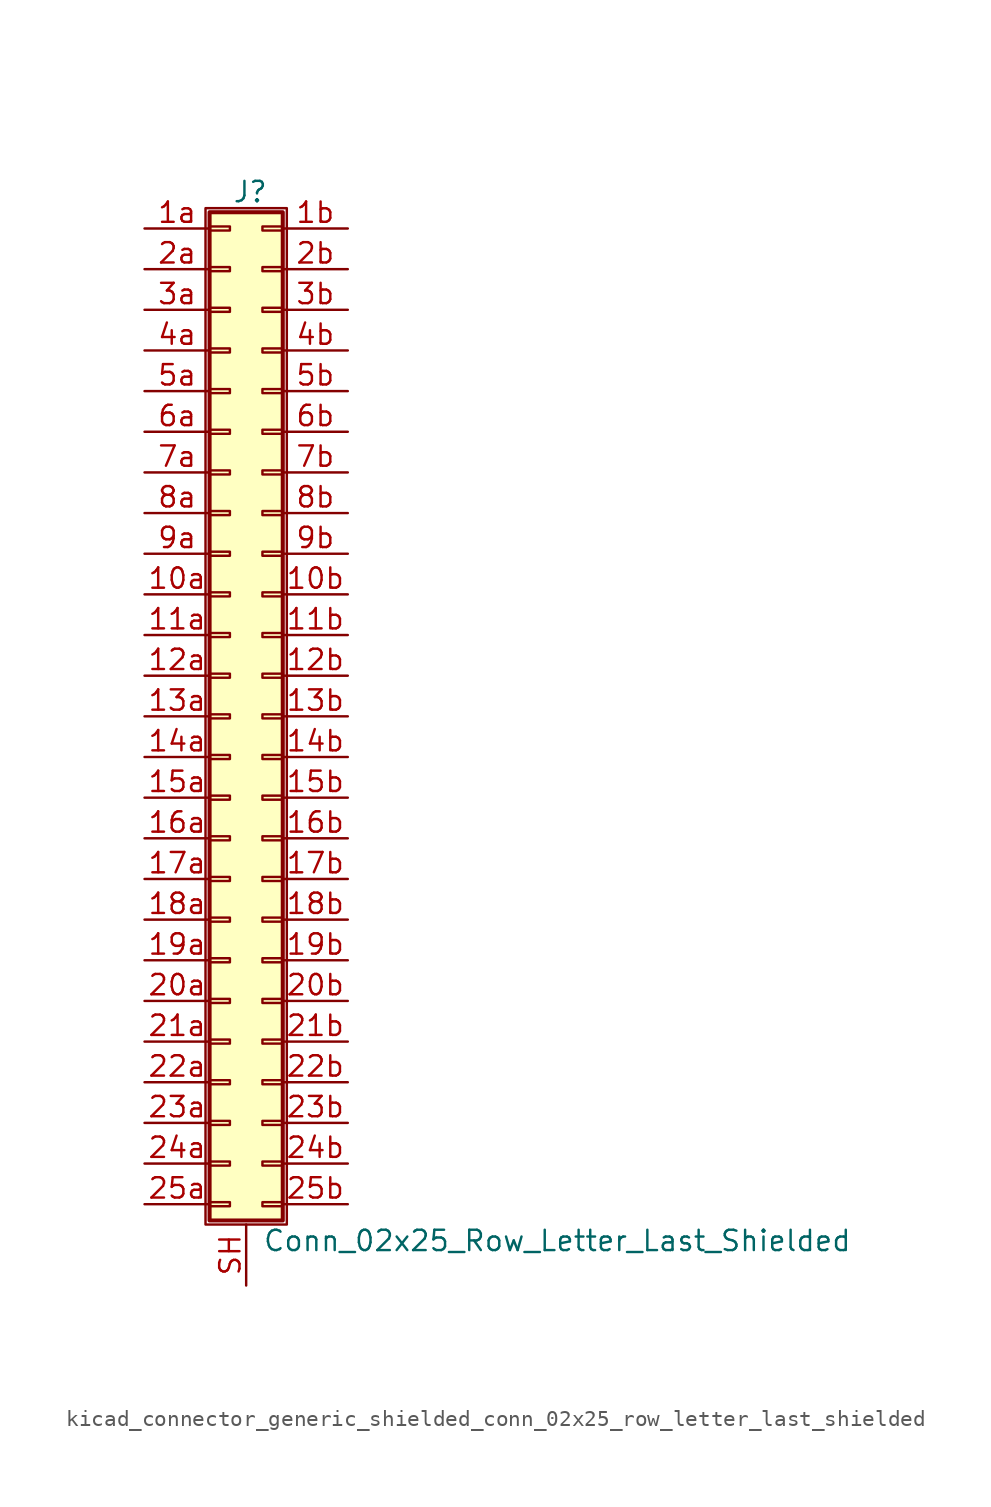
<source format=kicad_sym>
(kicad_symbol_lib
  (version 20220914)
  (generator kicad_symbol_editor)
  (symbol "kicad_connector_generic_shielded_conn_02x25_row_letter_last_shielded"
    (pin_names
      (offset 1.016) hide)
    (property "Reference" "J"
      (at 1.524 32.766 0)
      (effects (font (size 1.27 1.27))))
    (property "Value" "Conn_02x25_Row_Letter_Last_Shielded"
      (at 2.286 -32.766 0)
      (effects (font (size 1.27 1.27)) (justify left)))
    (symbol "kicad_connector_generic_shielded_conn_02x25_row_letter_last_shielded_1_1"
      (rectangle (start -1.27 31.75) (end 3.81 -31.75) (stroke (width 0.152) (type default)) (fill (type none)))
      (rectangle (start -1.016 -30.353) (end 0.254 -30.607) (stroke (width 0.152) (type default)) (fill (type none)))
      (rectangle (start -1.016 -27.813) (end 0.254 -28.067) (stroke (width 0.152) (type default)) (fill (type none)))
      (rectangle (start -1.016 -25.273) (end 0.254 -25.527) (stroke (width 0.152) (type default)) (fill (type none)))
      (rectangle (start -1.016 -22.733) (end 0.254 -22.987) (stroke (width 0.152) (type default)) (fill (type none)))
      (rectangle (start -1.016 -20.193) (end 0.254 -20.447) (stroke (width 0.152) (type default)) (fill (type none)))
      (rectangle (start -1.016 -17.653) (end 0.254 -17.907) (stroke (width 0.152) (type default)) (fill (type none)))
      (rectangle (start -1.016 -15.113) (end 0.254 -15.367) (stroke (width 0.152) (type default)) (fill (type none)))
      (rectangle (start -1.016 -12.573) (end 0.254 -12.827) (stroke (width 0.152) (type default)) (fill (type none)))
      (rectangle (start -1.016 -10.033) (end 0.254 -10.287) (stroke (width 0.152) (type default)) (fill (type none)))
      (rectangle (start -1.016 -7.493) (end 0.254 -7.747) (stroke (width 0.152) (type default)) (fill (type none)))
      (rectangle (start -1.016 -4.953) (end 0.254 -5.207) (stroke (width 0.152) (type default)) (fill (type none)))
      (rectangle (start -1.016 -2.413) (end 0.254 -2.667) (stroke (width 0.152) (type default)) (fill (type none)))
      (rectangle (start -1.016 0.127) (end 0.254 -0.127) (stroke (width 0.152) (type default)) (fill (type none)))
      (rectangle (start -1.016 2.667) (end 0.254 2.413) (stroke (width 0.152) (type default)) (fill (type none)))
      (rectangle (start -1.016 5.207) (end 0.254 4.953) (stroke (width 0.152) (type default)) (fill (type none)))
      (rectangle (start -1.016 7.747) (end 0.254 7.493) (stroke (width 0.152) (type default)) (fill (type none)))
      (rectangle (start -1.016 10.287) (end 0.254 10.033) (stroke (width 0.152) (type default)) (fill (type none)))
      (rectangle (start -1.016 12.827) (end 0.254 12.573) (stroke (width 0.152) (type default)) (fill (type none)))
      (rectangle (start -1.016 15.367) (end 0.254 15.113) (stroke (width 0.152) (type default)) (fill (type none)))
      (rectangle (start -1.016 17.907) (end 0.254 17.653) (stroke (width 0.152) (type default)) (fill (type none)))
      (rectangle (start -1.016 20.447) (end 0.254 20.193) (stroke (width 0.152) (type default)) (fill (type none)))
      (rectangle (start -1.016 22.987) (end 0.254 22.733) (stroke (width 0.152) (type default)) (fill (type none)))
      (rectangle (start -1.016 25.527) (end 0.254 25.273) (stroke (width 0.152) (type default)) (fill (type none)))
      (rectangle (start -1.016 28.067) (end 0.254 27.813) (stroke (width 0.152) (type default)) (fill (type none)))
      (rectangle (start -1.016 30.607) (end 0.254 30.353) (stroke (width 0.152) (type default)) (fill (type none)))
      (rectangle (start -1.016 31.496) (end 3.556 -31.496) (stroke (width 0.254) (type default)) (fill (type background)))
      (rectangle (start 3.556 -30.353) (end 2.286 -30.607) (stroke (width 0.152) (type default)) (fill (type none)))
      (rectangle (start 3.556 -27.813) (end 2.286 -28.067) (stroke (width 0.152) (type default)) (fill (type none)))
      (rectangle (start 3.556 -25.273) (end 2.286 -25.527) (stroke (width 0.152) (type default)) (fill (type none)))
      (rectangle (start 3.556 -22.733) (end 2.286 -22.987) (stroke (width 0.152) (type default)) (fill (type none)))
      (rectangle (start 3.556 -20.193) (end 2.286 -20.447) (stroke (width 0.152) (type default)) (fill (type none)))
      (rectangle (start 3.556 -17.653) (end 2.286 -17.907) (stroke (width 0.152) (type default)) (fill (type none)))
      (rectangle (start 3.556 -15.113) (end 2.286 -15.367) (stroke (width 0.152) (type default)) (fill (type none)))
      (rectangle (start 3.556 -12.573) (end 2.286 -12.827) (stroke (width 0.152) (type default)) (fill (type none)))
      (rectangle (start 3.556 -10.033) (end 2.286 -10.287) (stroke (width 0.152) (type default)) (fill (type none)))
      (rectangle (start 3.556 -7.493) (end 2.286 -7.747) (stroke (width 0.152) (type default)) (fill (type none)))
      (rectangle (start 3.556 -4.953) (end 2.286 -5.207) (stroke (width 0.152) (type default)) (fill (type none)))
      (rectangle (start 3.556 -2.413) (end 2.286 -2.667) (stroke (width 0.152) (type default)) (fill (type none)))
      (rectangle (start 3.556 0.127) (end 2.286 -0.127) (stroke (width 0.152) (type default)) (fill (type none)))
      (rectangle (start 3.556 2.667) (end 2.286 2.413) (stroke (width 0.152) (type default)) (fill (type none)))
      (rectangle (start 3.556 5.207) (end 2.286 4.953) (stroke (width 0.152) (type default)) (fill (type none)))
      (rectangle (start 3.556 7.747) (end 2.286 7.493) (stroke (width 0.152) (type default)) (fill (type none)))
      (rectangle (start 3.556 10.287) (end 2.286 10.033) (stroke (width 0.152) (type default)) (fill (type none)))
      (rectangle (start 3.556 12.827) (end 2.286 12.573) (stroke (width 0.152) (type default)) (fill (type none)))
      (rectangle (start 3.556 15.367) (end 2.286 15.113) (stroke (width 0.152) (type default)) (fill (type none)))
      (rectangle (start 3.556 17.907) (end 2.286 17.653) (stroke (width 0.152) (type default)) (fill (type none)))
      (rectangle (start 3.556 20.447) (end 2.286 20.193) (stroke (width 0.152) (type default)) (fill (type none)))
      (rectangle (start 3.556 22.987) (end 2.286 22.733) (stroke (width 0.152) (type default)) (fill (type none)))
      (rectangle (start 3.556 25.527) (end 2.286 25.273) (stroke (width 0.152) (type default)) (fill (type none)))
      (rectangle (start 3.556 28.067) (end 2.286 27.813) (stroke (width 0.152) (type default)) (fill (type none)))
      (rectangle (start 3.556 30.607) (end 2.286 30.353) (stroke (width 0.152) (type default)) (fill (type none)))
      (pin passive line (at -5.08 7.62 0) (length 4.064) (name "Pin_10a" (effects (font (size 1.27 1.27)))) (number "10a" (effects (font (size 1.27 1.27)))))
      (pin passive line (at 7.62 7.62 180) (length 4.064) (name "Pin_10b" (effects (font (size 1.27 1.27)))) (number "10b" (effects (font (size 1.27 1.27)))))
      (pin passive line (at -5.08 5.08 0) (length 4.064) (name "Pin_11a" (effects (font (size 1.27 1.27)))) (number "11a" (effects (font (size 1.27 1.27)))))
      (pin passive line (at 7.62 5.08 180) (length 4.064) (name "Pin_11b" (effects (font (size 1.27 1.27)))) (number "11b" (effects (font (size 1.27 1.27)))))
      (pin passive line (at -5.08 2.54 0) (length 4.064) (name "Pin_12a" (effects (font (size 1.27 1.27)))) (number "12a" (effects (font (size 1.27 1.27)))))
      (pin passive line (at 7.62 2.54 180) (length 4.064) (name "Pin_12b" (effects (font (size 1.27 1.27)))) (number "12b" (effects (font (size 1.27 1.27)))))
      (pin passive line (at -5.08 0 0) (length 4.064) (name "Pin_13a" (effects (font (size 1.27 1.27)))) (number "13a" (effects (font (size 1.27 1.27)))))
      (pin passive line (at 7.62 0 180) (length 4.064) (name "Pin_13b" (effects (font (size 1.27 1.27)))) (number "13b" (effects (font (size 1.27 1.27)))))
      (pin passive line (at -5.08 -2.54 0) (length 4.064) (name "Pin_14a" (effects (font (size 1.27 1.27)))) (number "14a" (effects (font (size 1.27 1.27)))))
      (pin passive line (at 7.62 -2.54 180) (length 4.064) (name "Pin_14b" (effects (font (size 1.27 1.27)))) (number "14b" (effects (font (size 1.27 1.27)))))
      (pin passive line (at -5.08 -5.08 0) (length 4.064) (name "Pin_15a" (effects (font (size 1.27 1.27)))) (number "15a" (effects (font (size 1.27 1.27)))))
      (pin passive line (at 7.62 -5.08 180) (length 4.064) (name "Pin_15b" (effects (font (size 1.27 1.27)))) (number "15b" (effects (font (size 1.27 1.27)))))
      (pin passive line (at -5.08 -7.62 0) (length 4.064) (name "Pin_16a" (effects (font (size 1.27 1.27)))) (number "16a" (effects (font (size 1.27 1.27)))))
      (pin passive line (at 7.62 -7.62 180) (length 4.064) (name "Pin_16b" (effects (font (size 1.27 1.27)))) (number "16b" (effects (font (size 1.27 1.27)))))
      (pin passive line (at -5.08 -10.16 0) (length 4.064) (name "Pin_17a" (effects (font (size 1.27 1.27)))) (number "17a" (effects (font (size 1.27 1.27)))))
      (pin passive line (at 7.62 -10.16 180) (length 4.064) (name "Pin_17b" (effects (font (size 1.27 1.27)))) (number "17b" (effects (font (size 1.27 1.27)))))
      (pin passive line (at -5.08 -12.7 0) (length 4.064) (name "Pin_18a" (effects (font (size 1.27 1.27)))) (number "18a" (effects (font (size 1.27 1.27)))))
      (pin passive line (at 7.62 -12.7 180) (length 4.064) (name "Pin_18b" (effects (font (size 1.27 1.27)))) (number "18b" (effects (font (size 1.27 1.27)))))
      (pin passive line (at -5.08 -15.24 0) (length 4.064) (name "Pin_19a" (effects (font (size 1.27 1.27)))) (number "19a" (effects (font (size 1.27 1.27)))))
      (pin passive line (at 7.62 -15.24 180) (length 4.064) (name "Pin_19b" (effects (font (size 1.27 1.27)))) (number "19b" (effects (font (size 1.27 1.27)))))
      (pin passive line (at -5.08 30.48 0) (length 4.064) (name "Pin_1a" (effects (font (size 1.27 1.27)))) (number "1a" (effects (font (size 1.27 1.27)))))
      (pin passive line (at 7.62 30.48 180) (length 4.064) (name "Pin_1b" (effects (font (size 1.27 1.27)))) (number "1b" (effects (font (size 1.27 1.27)))))
      (pin passive line (at -5.08 -17.78 0) (length 4.064) (name "Pin_20a" (effects (font (size 1.27 1.27)))) (number "20a" (effects (font (size 1.27 1.27)))))
      (pin passive line (at 7.62 -17.78 180) (length 4.064) (name "Pin_20b" (effects (font (size 1.27 1.27)))) (number "20b" (effects (font (size 1.27 1.27)))))
      (pin passive line (at -5.08 -20.32 0) (length 4.064) (name "Pin_21a" (effects (font (size 1.27 1.27)))) (number "21a" (effects (font (size 1.27 1.27)))))
      (pin passive line (at 7.62 -20.32 180) (length 4.064) (name "Pin_21b" (effects (font (size 1.27 1.27)))) (number "21b" (effects (font (size 1.27 1.27)))))
      (pin passive line (at -5.08 -22.86 0) (length 4.064) (name "Pin_22a" (effects (font (size 1.27 1.27)))) (number "22a" (effects (font (size 1.27 1.27)))))
      (pin passive line (at 7.62 -22.86 180) (length 4.064) (name "Pin_22b" (effects (font (size 1.27 1.27)))) (number "22b" (effects (font (size 1.27 1.27)))))
      (pin passive line (at -5.08 -25.4 0) (length 4.064) (name "Pin_23a" (effects (font (size 1.27 1.27)))) (number "23a" (effects (font (size 1.27 1.27)))))
      (pin passive line (at 7.62 -25.4 180) (length 4.064) (name "Pin_23b" (effects (font (size 1.27 1.27)))) (number "23b" (effects (font (size 1.27 1.27)))))
      (pin passive line (at -5.08 -27.94 0) (length 4.064) (name "Pin_24a" (effects (font (size 1.27 1.27)))) (number "24a" (effects (font (size 1.27 1.27)))))
      (pin passive line (at 7.62 -27.94 180) (length 4.064) (name "Pin_24b" (effects (font (size 1.27 1.27)))) (number "24b" (effects (font (size 1.27 1.27)))))
      (pin passive line (at -5.08 -30.48 0) (length 4.064) (name "Pin_25a" (effects (font (size 1.27 1.27)))) (number "25a" (effects (font (size 1.27 1.27)))))
      (pin passive line (at 7.62 -30.48 180) (length 4.064) (name "Pin_25b" (effects (font (size 1.27 1.27)))) (number "25b" (effects (font (size 1.27 1.27)))))
      (pin passive line (at -5.08 27.94 0) (length 4.064) (name "Pin_2a" (effects (font (size 1.27 1.27)))) (number "2a" (effects (font (size 1.27 1.27)))))
      (pin passive line (at 7.62 27.94 180) (length 4.064) (name "Pin_2b" (effects (font (size 1.27 1.27)))) (number "2b" (effects (font (size 1.27 1.27)))))
      (pin passive line (at -5.08 25.4 0) (length 4.064) (name "Pin_3a" (effects (font (size 1.27 1.27)))) (number "3a" (effects (font (size 1.27 1.27)))))
      (pin passive line (at 7.62 25.4 180) (length 4.064) (name "Pin_3b" (effects (font (size 1.27 1.27)))) (number "3b" (effects (font (size 1.27 1.27)))))
      (pin passive line (at -5.08 22.86 0) (length 4.064) (name "Pin_4a" (effects (font (size 1.27 1.27)))) (number "4a" (effects (font (size 1.27 1.27)))))
      (pin passive line (at 7.62 22.86 180) (length 4.064) (name "Pin_4b" (effects (font (size 1.27 1.27)))) (number "4b" (effects (font (size 1.27 1.27)))))
      (pin passive line (at -5.08 20.32 0) (length 4.064) (name "Pin_5a" (effects (font (size 1.27 1.27)))) (number "5a" (effects (font (size 1.27 1.27)))))
      (pin passive line (at 7.62 20.32 180) (length 4.064) (name "Pin_5b" (effects (font (size 1.27 1.27)))) (number "5b" (effects (font (size 1.27 1.27)))))
      (pin passive line (at -5.08 17.78 0) (length 4.064) (name "Pin_6a" (effects (font (size 1.27 1.27)))) (number "6a" (effects (font (size 1.27 1.27)))))
      (pin passive line (at 7.62 17.78 180) (length 4.064) (name "Pin_6b" (effects (font (size 1.27 1.27)))) (number "6b" (effects (font (size 1.27 1.27)))))
      (pin passive line (at -5.08 15.24 0) (length 4.064) (name "Pin_7a" (effects (font (size 1.27 1.27)))) (number "7a" (effects (font (size 1.27 1.27)))))
      (pin passive line (at 7.62 15.24 180) (length 4.064) (name "Pin_7b" (effects (font (size 1.27 1.27)))) (number "7b" (effects (font (size 1.27 1.27)))))
      (pin passive line (at -5.08 12.7 0) (length 4.064) (name "Pin_8a" (effects (font (size 1.27 1.27)))) (number "8a" (effects (font (size 1.27 1.27)))))
      (pin passive line (at 7.62 12.7 180) (length 4.064) (name "Pin_8b" (effects (font (size 1.27 1.27)))) (number "8b" (effects (font (size 1.27 1.27)))))
      (pin passive line (at -5.08 10.16 0) (length 4.064) (name "Pin_9a" (effects (font (size 1.27 1.27)))) (number "9a" (effects (font (size 1.27 1.27)))))
      (pin passive line (at 7.62 10.16 180) (length 4.064) (name "Pin_9b" (effects (font (size 1.27 1.27)))) (number "9b" (effects (font (size 1.27 1.27)))))
      (pin passive line (at 1.27 -35.56 90) (length 3.81) (name "Shield" (effects (font (size 1.27 1.27)))) (number "SH" (effects (font (size 1.27 1.27))))))))
</source>
